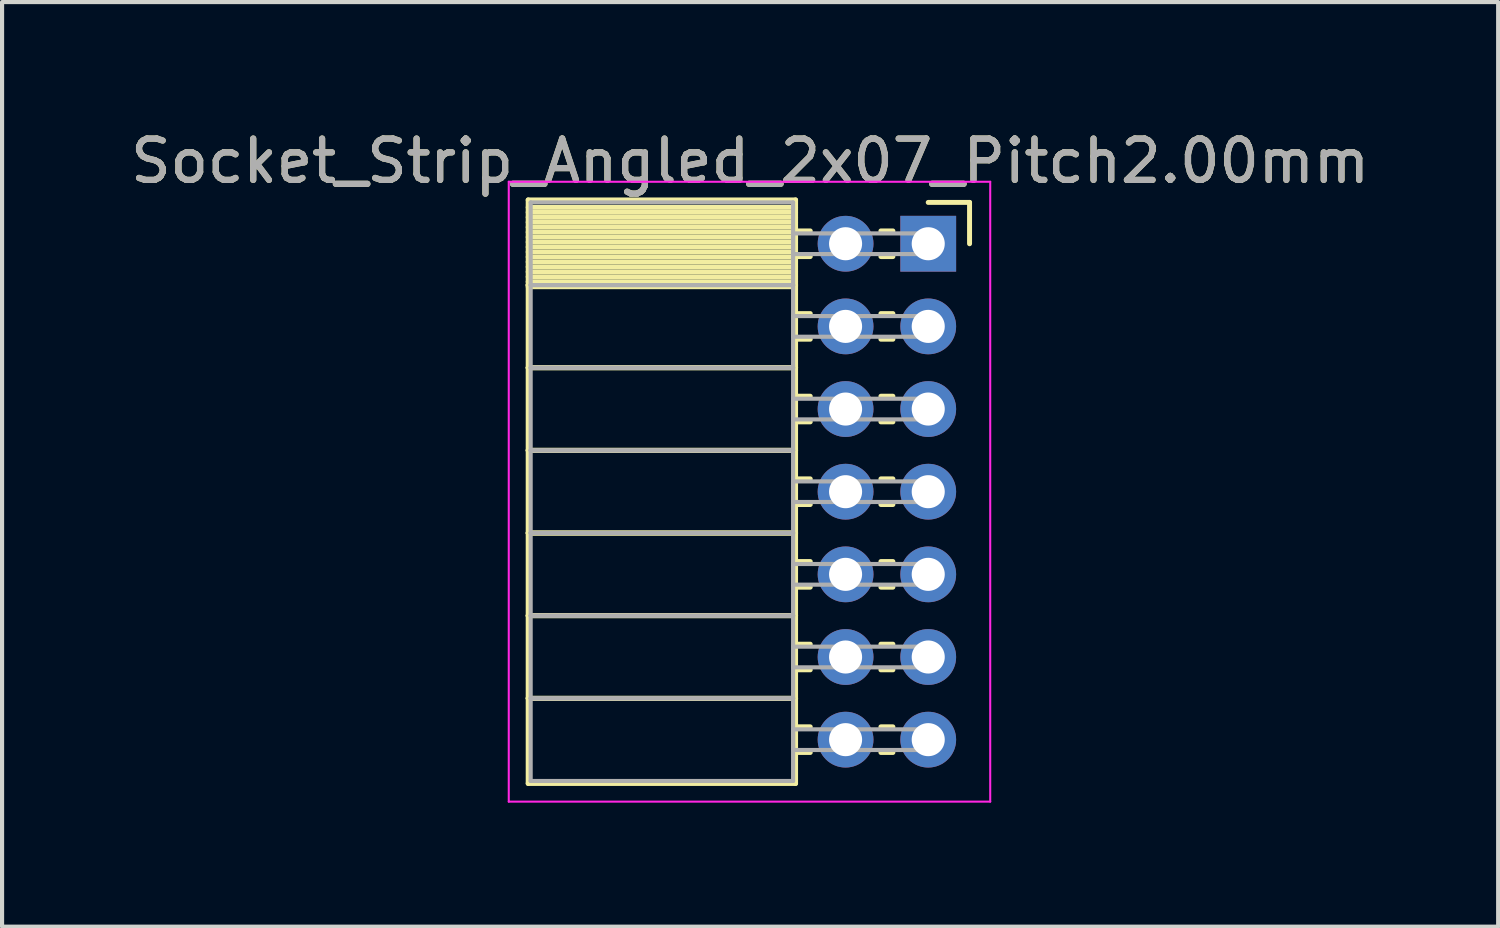
<source format=kicad_pcb>
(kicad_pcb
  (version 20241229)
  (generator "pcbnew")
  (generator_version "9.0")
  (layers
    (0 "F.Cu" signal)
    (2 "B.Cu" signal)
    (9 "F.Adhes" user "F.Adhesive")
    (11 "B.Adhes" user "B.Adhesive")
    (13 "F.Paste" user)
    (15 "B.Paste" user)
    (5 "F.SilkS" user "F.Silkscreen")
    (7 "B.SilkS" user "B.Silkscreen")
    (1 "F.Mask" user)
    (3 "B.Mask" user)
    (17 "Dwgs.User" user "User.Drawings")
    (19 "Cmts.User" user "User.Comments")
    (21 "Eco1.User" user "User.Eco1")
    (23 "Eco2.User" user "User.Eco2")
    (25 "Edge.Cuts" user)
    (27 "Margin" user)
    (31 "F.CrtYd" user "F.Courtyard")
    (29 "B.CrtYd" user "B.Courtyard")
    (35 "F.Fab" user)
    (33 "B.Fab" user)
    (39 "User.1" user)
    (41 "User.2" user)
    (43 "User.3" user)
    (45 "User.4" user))
  (footprint "Socket_Strip_Angled_2x07_Pitch2.00mm"
    (layer "F.Cu")
    (at 19.411 2.848)
    (property "Reference" "Socket_Strip_Angled_2x07_Pitch2.00mm" (at -4.31 -2 0) (layer "F.SilkS") (effects (font (size 1 1) (thickness 0.15))))
    (attr through_hole)
    (fp_line (start -9.68 -1.06) (end -3.21 -1.06) (stroke (width 0.12) (type solid)) (layer "F.SilkS"))
    (fp_line (start -9.68 1) (end -9.68 -1.06) (stroke (width 0.12) (type solid)) (layer "F.SilkS"))
    (fp_line (start -9.68 1) (end -3.21 1) (stroke (width 0.12) (type solid)) (layer "F.SilkS"))
    (fp_line (start -9.68 3) (end -9.68 1) (stroke (width 0.12) (type solid)) (layer "F.SilkS"))
    (fp_line (start -9.68 3) (end -3.21 3) (stroke (width 0.12) (type solid)) (layer "F.SilkS"))
    (fp_line (start -9.68 5) (end -9.68 3) (stroke (width 0.12) (type solid)) (layer "F.SilkS"))
    (fp_line (start -9.68 5) (end -3.21 5) (stroke (width 0.12) (type solid)) (layer "F.SilkS"))
    (fp_line (start -9.68 7) (end -9.68 5) (stroke (width 0.12) (type solid)) (layer "F.SilkS"))
    (fp_line (start -9.68 7) (end -3.21 7) (stroke (width 0.12) (type solid)) (layer "F.SilkS"))
    (fp_line (start -9.68 9) (end -9.68 7) (stroke (width 0.12) (type solid)) (layer "F.SilkS"))
    (fp_line (start -9.68 9) (end -3.21 9) (stroke (width 0.12) (type solid)) (layer "F.SilkS"))
    (fp_line (start -9.68 11) (end -9.68 9) (stroke (width 0.12) (type solid)) (layer "F.SilkS"))
    (fp_line (start -9.68 11) (end -3.21 11) (stroke (width 0.12) (type solid)) (layer "F.SilkS"))
    (fp_line (start -9.68 13.06) (end -9.68 11) (stroke (width 0.12) (type solid)) (layer "F.SilkS"))
    (fp_line (start -3.21 -1.06) (end -3.21 1) (stroke (width 0.12) (type solid)) (layer "F.SilkS"))
    (fp_line (start -3.21 -0.88) (end -9.68 -0.88) (stroke (width 0.12) (type solid)) (layer "F.SilkS"))
    (fp_line (start -3.21 -0.76) (end -9.68 -0.76) (stroke (width 0.12) (type solid)) (layer "F.SilkS"))
    (fp_line (start -3.21 -0.64) (end -9.68 -0.64) (stroke (width 0.12) (type solid)) (layer "F.SilkS"))
    (fp_line (start -3.21 -0.52) (end -9.68 -0.52) (stroke (width 0.12) (type solid)) (layer "F.SilkS"))
    (fp_line (start -3.21 -0.4) (end -9.68 -0.4) (stroke (width 0.12) (type solid)) (layer "F.SilkS"))
    (fp_line (start -3.21 -0.28) (end -9.68 -0.28) (stroke (width 0.12) (type solid)) (layer "F.SilkS"))
    (fp_line (start -3.21 -0.16) (end -9.68 -0.16) (stroke (width 0.12) (type solid)) (layer "F.SilkS"))
    (fp_line (start -3.21 -0.04) (end -9.68 -0.04) (stroke (width 0.12) (type solid)) (layer "F.SilkS"))
    (fp_line (start -3.21 0.08) (end -9.68 0.08) (stroke (width 0.12) (type solid)) (layer "F.SilkS"))
    (fp_line (start -3.21 0.2) (end -9.68 0.2) (stroke (width 0.12) (type solid)) (layer "F.SilkS"))
    (fp_line (start -3.21 0.32) (end -9.68 0.32) (stroke (width 0.12) (type solid)) (layer "F.SilkS"))
    (fp_line (start -3.21 0.44) (end -9.68 0.44) (stroke (width 0.12) (type solid)) (layer "F.SilkS"))
    (fp_line (start -3.21 0.56) (end -9.68 0.56) (stroke (width 0.12) (type solid)) (layer "F.SilkS"))
    (fp_line (start -3.21 0.68) (end -9.68 0.68) (stroke (width 0.12) (type solid)) (layer "F.SilkS"))
    (fp_line (start -3.21 0.8) (end -9.68 0.8) (stroke (width 0.12) (type solid)) (layer "F.SilkS"))
    (fp_line (start -3.21 0.92) (end -9.68 0.92) (stroke (width 0.12) (type solid)) (layer "F.SilkS"))
    (fp_line (start -3.21 1) (end -9.68 1) (stroke (width 0.12) (type solid)) (layer "F.SilkS"))
    (fp_line (start -3.21 1) (end -3.21 3) (stroke (width 0.12) (type solid)) (layer "F.SilkS"))
    (fp_line (start -3.21 1.04) (end -9.68 1.04) (stroke (width 0.12) (type solid)) (layer "F.SilkS"))
    (fp_line (start -3.21 3) (end -9.68 3) (stroke (width 0.12) (type solid)) (layer "F.SilkS"))
    (fp_line (start -3.21 3) (end -3.21 5) (stroke (width 0.12) (type solid)) (layer "F.SilkS"))
    (fp_line (start -3.21 5) (end -9.68 5) (stroke (width 0.12) (type solid)) (layer "F.SilkS"))
    (fp_line (start -3.21 5) (end -3.21 7) (stroke (width 0.12) (type solid)) (layer "F.SilkS"))
    (fp_line (start -3.21 7) (end -9.68 7) (stroke (width 0.12) (type solid)) (layer "F.SilkS"))
    (fp_line (start -3.21 7) (end -3.21 9) (stroke (width 0.12) (type solid)) (layer "F.SilkS"))
    (fp_line (start -3.21 9) (end -9.68 9) (stroke (width 0.12) (type solid)) (layer "F.SilkS"))
    (fp_line (start -3.21 9) (end -3.21 11) (stroke (width 0.12) (type solid)) (layer "F.SilkS"))
    (fp_line (start -3.21 11) (end -9.68 11) (stroke (width 0.12) (type solid)) (layer "F.SilkS"))
    (fp_line (start -3.21 11) (end -3.21 13.06) (stroke (width 0.12) (type solid)) (layer "F.SilkS"))
    (fp_line (start -3.21 13.06) (end -9.68 13.06) (stroke (width 0.12) (type solid)) (layer "F.SilkS"))
    (fp_line (start -2.855 -0.31) (end -3.21 -0.31) (stroke (width 0.12) (type solid)) (layer "F.SilkS"))
    (fp_line (start -2.855 0.31) (end -3.21 0.31) (stroke (width 0.12) (type solid)) (layer "F.SilkS"))
    (fp_line (start -2.855 1.69) (end -3.21 1.69) (stroke (width 0.12) (type solid)) (layer "F.SilkS"))
    (fp_line (start -2.855 2.31) (end -3.21 2.31) (stroke (width 0.12) (type solid)) (layer "F.SilkS"))
    (fp_line (start -2.855 3.69) (end -3.21 3.69) (stroke (width 0.12) (type solid)) (layer "F.SilkS"))
    (fp_line (start -2.855 4.31) (end -3.21 4.31) (stroke (width 0.12) (type solid)) (layer "F.SilkS"))
    (fp_line (start -2.855 5.69) (end -3.21 5.69) (stroke (width 0.12) (type solid)) (layer "F.SilkS"))
    (fp_line (start -2.855 6.31) (end -3.21 6.31) (stroke (width 0.12) (type solid)) (layer "F.SilkS"))
    (fp_line (start -2.855 7.69) (end -3.21 7.69) (stroke (width 0.12) (type solid)) (layer "F.SilkS"))
    (fp_line (start -2.855 8.31) (end -3.21 8.31) (stroke (width 0.12) (type solid)) (layer "F.SilkS"))
    (fp_line (start -2.855 9.69) (end -3.21 9.69) (stroke (width 0.12) (type solid)) (layer "F.SilkS"))
    (fp_line (start -2.855 10.31) (end -3.21 10.31) (stroke (width 0.12) (type solid)) (layer "F.SilkS"))
    (fp_line (start -2.855 11.69) (end -3.21 11.69) (stroke (width 0.12) (type solid)) (layer "F.SilkS"))
    (fp_line (start -2.855 12.31) (end -3.21 12.31) (stroke (width 0.12) (type solid)) (layer "F.SilkS"))
    (fp_line (start -0.855 -0.31) (end -1.145 -0.31) (stroke (width 0.12) (type solid)) (layer "F.SilkS"))
    (fp_line (start -0.855 0.31) (end -1.145 0.31) (stroke (width 0.12) (type solid)) (layer "F.SilkS"))
    (fp_line (start -0.855 1.69) (end -1.145 1.69) (stroke (width 0.12) (type solid)) (layer "F.SilkS"))
    (fp_line (start -0.855 2.31) (end -1.145 2.31) (stroke (width 0.12) (type solid)) (layer "F.SilkS"))
    (fp_line (start -0.855 3.69) (end -1.145 3.69) (stroke (width 0.12) (type solid)) (layer "F.SilkS"))
    (fp_line (start -0.855 4.31) (end -1.145 4.31) (stroke (width 0.12) (type solid)) (layer "F.SilkS"))
    (fp_line (start -0.855 5.69) (end -1.145 5.69) (stroke (width 0.12) (type solid)) (layer "F.SilkS"))
    (fp_line (start -0.855 6.31) (end -1.145 6.31) (stroke (width 0.12) (type solid)) (layer "F.SilkS"))
    (fp_line (start -0.855 7.69) (end -1.145 7.69) (stroke (width 0.12) (type solid)) (layer "F.SilkS"))
    (fp_line (start -0.855 8.31) (end -1.145 8.31) (stroke (width 0.12) (type solid)) (layer "F.SilkS"))
    (fp_line (start -0.855 9.69) (end -1.145 9.69) (stroke (width 0.12) (type solid)) (layer "F.SilkS"))
    (fp_line (start -0.855 10.31) (end -1.145 10.31) (stroke (width 0.12) (type solid)) (layer "F.SilkS"))
    (fp_line (start -0.855 11.69) (end -1.145 11.69) (stroke (width 0.12) (type solid)) (layer "F.SilkS"))
    (fp_line (start -0.855 12.31) (end -1.145 12.31) (stroke (width 0.12) (type solid)) (layer "F.SilkS"))
    (fp_line (start 0 -1) (end 1 -1) (stroke (width 0.12) (type solid)) (layer "F.SilkS"))
    (fp_line (start 1 -1) (end 1 0) (stroke (width 0.12) (type solid)) (layer "F.SilkS"))
    (fp_line (start -10.15 -1.5) (end 1.5 -1.5) (stroke (width 0.05) (type solid)) (layer "F.CrtYd"))
    (fp_line (start -10.15 13.5) (end -10.15 -1.5) (stroke (width 0.05) (type solid)) (layer "F.CrtYd"))
    (fp_line (start 1.5 -1.5) (end 1.5 13.5) (stroke (width 0.05) (type solid)) (layer "F.CrtYd"))
    (fp_line (start 1.5 13.5) (end -10.15 13.5) (stroke (width 0.05) (type solid)) (layer "F.CrtYd"))
    (fp_line (start -9.62 -1) (end -3.27 -1) (stroke (width 0.1) (type solid)) (layer "F.Fab"))
    (fp_line (start -9.62 1) (end -9.62 -1) (stroke (width 0.1) (type solid)) (layer "F.Fab"))
    (fp_line (start -9.62 1) (end -3.27 1) (stroke (width 0.1) (type solid)) (layer "F.Fab"))
    (fp_line (start -9.62 3) (end -9.62 1) (stroke (width 0.1) (type solid)) (layer "F.Fab"))
    (fp_line (start -9.62 3) (end -3.27 3) (stroke (width 0.1) (type solid)) (layer "F.Fab"))
    (fp_line (start -9.62 5) (end -9.62 3) (stroke (width 0.1) (type solid)) (layer "F.Fab"))
    (fp_line (start -9.62 5) (end -3.27 5) (stroke (width 0.1) (type solid)) (layer "F.Fab"))
    (fp_line (start -9.62 7) (end -9.62 5) (stroke (width 0.1) (type solid)) (layer "F.Fab"))
    (fp_line (start -9.62 7) (end -3.27 7) (stroke (width 0.1) (type solid)) (layer "F.Fab"))
    (fp_line (start -9.62 9) (end -9.62 7) (stroke (width 0.1) (type solid)) (layer "F.Fab"))
    (fp_line (start -9.62 9) (end -3.27 9) (stroke (width 0.1) (type solid)) (layer "F.Fab"))
    (fp_line (start -9.62 11) (end -9.62 9) (stroke (width 0.1) (type solid)) (layer "F.Fab"))
    (fp_line (start -9.62 11) (end -3.27 11) (stroke (width 0.1) (type solid)) (layer "F.Fab"))
    (fp_line (start -9.62 13) (end -9.62 11) (stroke (width 0.1) (type solid)) (layer "F.Fab"))
    (fp_line (start -3.27 -1) (end -3.27 1) (stroke (width 0.1) (type solid)) (layer "F.Fab"))
    (fp_line (start -3.27 -0.25) (end 0 -0.25) (stroke (width 0.1) (type solid)) (layer "F.Fab"))
    (fp_line (start -3.27 0.25) (end -3.27 -0.25) (stroke (width 0.1) (type solid)) (layer "F.Fab"))
    (fp_line (start -3.27 1) (end -9.62 1) (stroke (width 0.1) (type solid)) (layer "F.Fab"))
    (fp_line (start -3.27 1) (end -3.27 3) (stroke (width 0.1) (type solid)) (layer "F.Fab"))
    (fp_line (start -3.27 1.75) (end 0 1.75) (stroke (width 0.1) (type solid)) (layer "F.Fab"))
    (fp_line (start -3.27 2.25) (end -3.27 1.75) (stroke (width 0.1) (type solid)) (layer "F.Fab"))
    (fp_line (start -3.27 3) (end -9.62 3) (stroke (width 0.1) (type solid)) (layer "F.Fab"))
    (fp_line (start -3.27 3) (end -3.27 5) (stroke (width 0.1) (type solid)) (layer "F.Fab"))
    (fp_line (start -3.27 3.75) (end 0 3.75) (stroke (width 0.1) (type solid)) (layer "F.Fab"))
    (fp_line (start -3.27 4.25) (end -3.27 3.75) (stroke (width 0.1) (type solid)) (layer "F.Fab"))
    (fp_line (start -3.27 5) (end -9.62 5) (stroke (width 0.1) (type solid)) (layer "F.Fab"))
    (fp_line (start -3.27 5) (end -3.27 7) (stroke (width 0.1) (type solid)) (layer "F.Fab"))
    (fp_line (start -3.27 5.75) (end 0 5.75) (stroke (width 0.1) (type solid)) (layer "F.Fab"))
    (fp_line (start -3.27 6.25) (end -3.27 5.75) (stroke (width 0.1) (type solid)) (layer "F.Fab"))
    (fp_line (start -3.27 7) (end -9.62 7) (stroke (width 0.1) (type solid)) (layer "F.Fab"))
    (fp_line (start -3.27 7) (end -3.27 9) (stroke (width 0.1) (type solid)) (layer "F.Fab"))
    (fp_line (start -3.27 7.75) (end 0 7.75) (stroke (width 0.1) (type solid)) (layer "F.Fab"))
    (fp_line (start -3.27 8.25) (end -3.27 7.75) (stroke (width 0.1) (type solid)) (layer "F.Fab"))
    (fp_line (start -3.27 9) (end -9.62 9) (stroke (width 0.1) (type solid)) (layer "F.Fab"))
    (fp_line (start -3.27 9) (end -3.27 11) (stroke (width 0.1) (type solid)) (layer "F.Fab"))
    (fp_line (start -3.27 9.75) (end 0 9.75) (stroke (width 0.1) (type solid)) (layer "F.Fab"))
    (fp_line (start -3.27 10.25) (end -3.27 9.75) (stroke (width 0.1) (type solid)) (layer "F.Fab"))
    (fp_line (start -3.27 11) (end -9.62 11) (stroke (width 0.1) (type solid)) (layer "F.Fab"))
    (fp_line (start -3.27 11) (end -3.27 13) (stroke (width 0.1) (type solid)) (layer "F.Fab"))
    (fp_line (start -3.27 11.75) (end 0 11.75) (stroke (width 0.1) (type solid)) (layer "F.Fab"))
    (fp_line (start -3.27 12.25) (end -3.27 11.75) (stroke (width 0.1) (type solid)) (layer "F.Fab"))
    (fp_line (start -3.27 13) (end -9.62 13) (stroke (width 0.1) (type solid)) (layer "F.Fab"))
    (fp_line (start 0 -0.25) (end 0 0.25) (stroke (width 0.1) (type solid)) (layer "F.Fab"))
    (fp_line (start 0 0.25) (end -3.27 0.25) (stroke (width 0.1) (type solid)) (layer "F.Fab"))
    (fp_line (start 0 1.75) (end 0 2.25) (stroke (width 0.1) (type solid)) (layer "F.Fab"))
    (fp_line (start 0 2.25) (end -3.27 2.25) (stroke (width 0.1) (type solid)) (layer "F.Fab"))
    (fp_line (start 0 3.75) (end 0 4.25) (stroke (width 0.1) (type solid)) (layer "F.Fab"))
    (fp_line (start 0 4.25) (end -3.27 4.25) (stroke (width 0.1) (type solid)) (layer "F.Fab"))
    (fp_line (start 0 5.75) (end 0 6.25) (stroke (width 0.1) (type solid)) (layer "F.Fab"))
    (fp_line (start 0 6.25) (end -3.27 6.25) (stroke (width 0.1) (type solid)) (layer "F.Fab"))
    (fp_line (start 0 7.75) (end 0 8.25) (stroke (width 0.1) (type solid)) (layer "F.Fab"))
    (fp_line (start 0 8.25) (end -3.27 8.25) (stroke (width 0.1) (type solid)) (layer "F.Fab"))
    (fp_line (start 0 9.75) (end 0 10.25) (stroke (width 0.1) (type solid)) (layer "F.Fab"))
    (fp_line (start 0 10.25) (end -3.27 10.25) (stroke (width 0.1) (type solid)) (layer "F.Fab"))
    (fp_line (start 0 11.75) (end 0 12.25) (stroke (width 0.1) (type solid)) (layer "F.Fab"))
    (fp_line (start 0 12.25) (end -3.27 12.25) (stroke (width 0.1) (type solid)) (layer "F.Fab"))
    (fp_text user "${REFERENCE}" (at -4.31 -2 0) (layer "F.Fab") (effects (font (size 1 1) (thickness 0.15))))
    (pad "1" thru_hole rect (at 0 0) (size 1.35 1.35) (drill 0.8) (layers "*.Cu" "*.Mask"))
    (pad "2" thru_hole oval (at -2 0) (size 1.35 1.35) (drill 0.8) (layers "*.Cu" "*.Mask"))
    (pad "3" thru_hole oval (at 0 2) (size 1.35 1.35) (drill 0.8) (layers "*.Cu" "*.Mask"))
    (pad "4" thru_hole oval (at -2 2) (size 1.35 1.35) (drill 0.8) (layers "*.Cu" "*.Mask"))
    (pad "5" thru_hole oval (at 0 4) (size 1.35 1.35) (drill 0.8) (layers "*.Cu" "*.Mask"))
    (pad "6" thru_hole oval (at -2 4) (size 1.35 1.35) (drill 0.8) (layers "*.Cu" "*.Mask"))
    (pad "7" thru_hole oval (at 0 6) (size 1.35 1.35) (drill 0.8) (layers "*.Cu" "*.Mask"))
    (pad "8" thru_hole oval (at -2 6) (size 1.35 1.35) (drill 0.8) (layers "*.Cu" "*.Mask"))
    (pad "9" thru_hole oval (at 0 8) (size 1.35 1.35) (drill 0.8) (layers "*.Cu" "*.Mask"))
    (pad "10" thru_hole oval (at -2 8) (size 1.35 1.35) (drill 0.8) (layers "*.Cu" "*.Mask"))
    (pad "11" thru_hole oval (at 0 10) (size 1.35 1.35) (drill 0.8) (layers "*.Cu" "*.Mask"))
    (pad "12" thru_hole oval (at -2 10) (size 1.35 1.35) (drill 0.8) (layers "*.Cu" "*.Mask"))
    (pad "13" thru_hole oval (at 0 12) (size 1.35 1.35) (drill 0.8) (layers "*.Cu" "*.Mask"))
    (pad "14" thru_hole oval (at -2 12) (size 1.35 1.35) (drill 0.8) (layers "*.Cu" "*.Mask")))
  (gr_rect
    (start -3 -3)
    (end 33.202 19.373)
    (stroke (width 0.1) (type default))
    (fill no)
    (layer "Edge.Cuts")))
</source>
